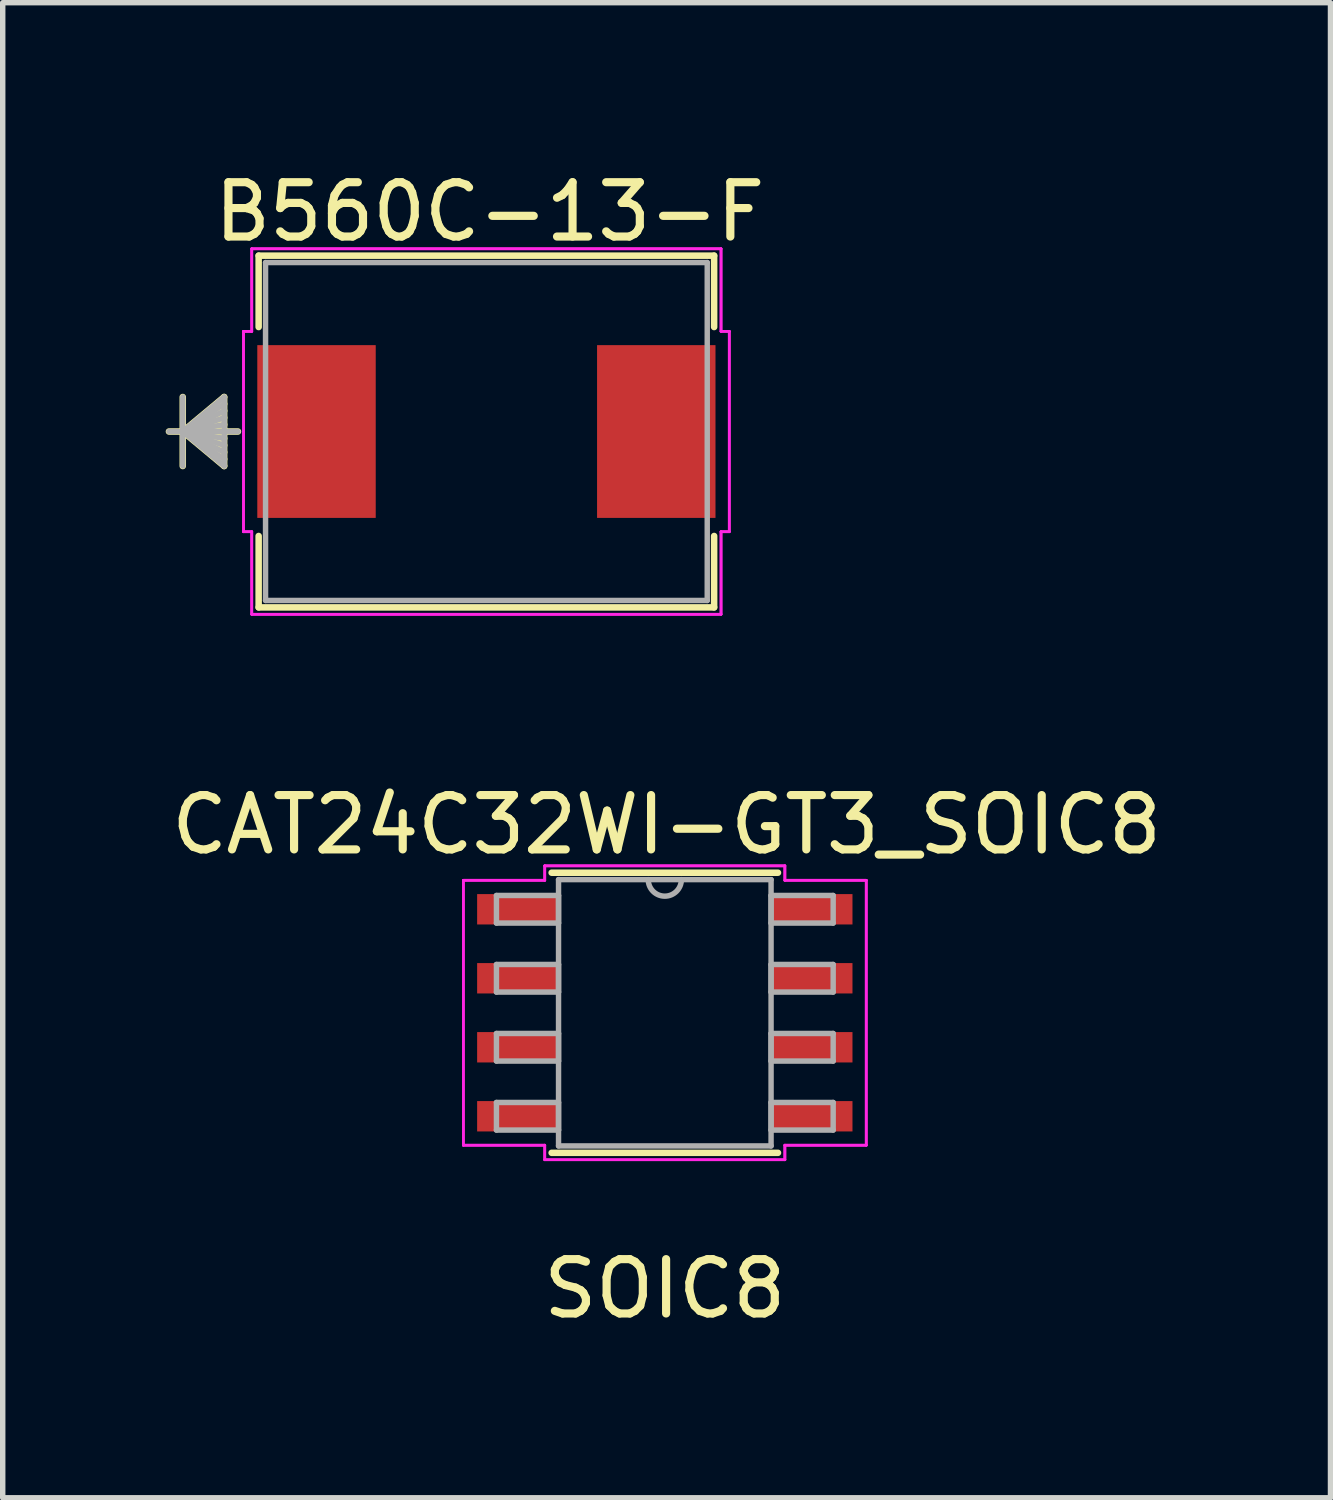
<source format=kicad_pcb>
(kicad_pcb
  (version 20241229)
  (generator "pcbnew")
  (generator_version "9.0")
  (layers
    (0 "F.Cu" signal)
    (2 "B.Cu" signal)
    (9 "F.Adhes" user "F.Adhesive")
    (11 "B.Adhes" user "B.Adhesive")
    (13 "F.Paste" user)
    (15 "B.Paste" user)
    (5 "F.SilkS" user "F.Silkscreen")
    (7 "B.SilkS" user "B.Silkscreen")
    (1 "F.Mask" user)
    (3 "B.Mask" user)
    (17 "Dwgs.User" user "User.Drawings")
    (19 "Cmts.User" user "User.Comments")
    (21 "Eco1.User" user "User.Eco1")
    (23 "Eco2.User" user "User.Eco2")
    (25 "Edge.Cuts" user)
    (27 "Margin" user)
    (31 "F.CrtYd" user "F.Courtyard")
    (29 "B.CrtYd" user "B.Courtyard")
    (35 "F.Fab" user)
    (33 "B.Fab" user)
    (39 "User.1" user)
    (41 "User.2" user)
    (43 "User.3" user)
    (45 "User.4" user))
  (footprint "B560C-13-F"
    (layer "F.Cu")
    (at 5.903 4.893)
    (property "Reference" "B560C-13-F" (at 0.062 -4.044 0) (layer "F.SilkS") (effects (font (size 1 1) (thickness 0.15))))
    (attr through_hole)
    (fp_line (start -5.589 -0.635) (end -5.589 0.635) (stroke (width 0.12) (type solid)) (layer "F.SilkS"))
    (fp_line (start -5.589 0) (end -4.827 -0.635) (stroke (width 0.12) (type solid)) (layer "F.SilkS"))
    (fp_line (start -5.589 0) (end -4.827 -0.508) (stroke (width 0.12) (type solid)) (layer "F.SilkS"))
    (fp_line (start -5.589 0) (end -4.827 -0.381) (stroke (width 0.12) (type solid)) (layer "F.SilkS"))
    (fp_line (start -5.589 0) (end -4.827 -0.254) (stroke (width 0.12) (type solid)) (layer "F.SilkS"))
    (fp_line (start -5.589 0) (end -4.827 -0.127) (stroke (width 0.12) (type solid)) (layer "F.SilkS"))
    (fp_line (start -5.589 0) (end -4.827 0.127) (stroke (width 0.12) (type solid)) (layer "F.SilkS"))
    (fp_line (start -5.589 0) (end -4.827 0.254) (stroke (width 0.12) (type solid)) (layer "F.SilkS"))
    (fp_line (start -5.589 0) (end -4.827 0.381) (stroke (width 0.12) (type solid)) (layer "F.SilkS"))
    (fp_line (start -5.589 0) (end -4.827 0.508) (stroke (width 0.12) (type solid)) (layer "F.SilkS"))
    (fp_line (start -5.589 0) (end -4.827 0.635) (stroke (width 0.12) (type solid)) (layer "F.SilkS"))
    (fp_line (start -4.827 -0.635) (end -4.827 0.635) (stroke (width 0.12) (type solid)) (layer "F.SilkS"))
    (fp_line (start -4.573 0) (end -5.843 0) (stroke (width 0.12) (type solid)) (layer "F.SilkS"))
    (fp_line (start -4.192 -3.237) (end -4.192 -1.923) (stroke (width 0.12) (type solid)) (layer "F.SilkS"))
    (fp_line (start -4.192 1.923) (end -4.192 3.237) (stroke (width 0.12) (type solid)) (layer "F.SilkS"))
    (fp_line (start -4.192 3.237) (end 4.192 3.237) (stroke (width 0.12) (type solid)) (layer "F.SilkS"))
    (fp_line (start 4.192 -3.237) (end -4.192 -3.237) (stroke (width 0.12) (type solid)) (layer "F.SilkS"))
    (fp_line (start 4.192 -1.923) (end 4.192 -3.237) (stroke (width 0.12) (type solid)) (layer "F.SilkS"))
    (fp_line (start 4.192 3.237) (end 4.192 1.923) (stroke (width 0.12) (type solid)) (layer "F.SilkS"))
    (fp_line (start -4.471 -1.844) (end -4.319 -1.844) (stroke (width 0.05) (type solid)) (layer "F.CrtYd"))
    (fp_line (start -4.471 -1.844) (end -4.319 -1.844) (stroke (width 0.05) (type solid)) (layer "F.CrtYd"))
    (fp_line (start -4.471 1.844) (end -4.471 -1.844) (stroke (width 0.05) (type solid)) (layer "F.CrtYd"))
    (fp_line (start -4.471 1.844) (end -4.471 -1.844) (stroke (width 0.05) (type solid)) (layer "F.CrtYd"))
    (fp_line (start -4.319 -3.364) (end 4.319 -3.364) (stroke (width 0.05) (type solid)) (layer "F.CrtYd"))
    (fp_line (start -4.319 -3.364) (end 4.319 -3.364) (stroke (width 0.05) (type solid)) (layer "F.CrtYd"))
    (fp_line (start -4.319 -1.844) (end -4.319 -3.364) (stroke (width 0.05) (type solid)) (layer "F.CrtYd"))
    (fp_line (start -4.319 -1.844) (end -4.319 -3.364) (stroke (width 0.05) (type solid)) (layer "F.CrtYd"))
    (fp_line (start -4.319 1.844) (end -4.471 1.844) (stroke (width 0.05) (type solid)) (layer "F.CrtYd"))
    (fp_line (start -4.319 1.844) (end -4.471 1.844) (stroke (width 0.05) (type solid)) (layer "F.CrtYd"))
    (fp_line (start -4.319 3.364) (end -4.319 1.844) (stroke (width 0.05) (type solid)) (layer "F.CrtYd"))
    (fp_line (start -4.319 3.364) (end -4.319 1.844) (stroke (width 0.05) (type solid)) (layer "F.CrtYd"))
    (fp_line (start 4.319 -3.364) (end 4.319 -1.844) (stroke (width 0.05) (type solid)) (layer "F.CrtYd"))
    (fp_line (start 4.319 -3.364) (end 4.319 -1.844) (stroke (width 0.05) (type solid)) (layer "F.CrtYd"))
    (fp_line (start 4.319 -1.844) (end 4.471 -1.844) (stroke (width 0.05) (type solid)) (layer "F.CrtYd"))
    (fp_line (start 4.319 -1.844) (end 4.471 -1.844) (stroke (width 0.05) (type solid)) (layer "F.CrtYd"))
    (fp_line (start 4.319 1.844) (end 4.319 3.364) (stroke (width 0.05) (type solid)) (layer "F.CrtYd"))
    (fp_line (start 4.319 1.844) (end 4.319 3.364) (stroke (width 0.05) (type solid)) (layer "F.CrtYd"))
    (fp_line (start 4.319 3.364) (end -4.319 3.364) (stroke (width 0.05) (type solid)) (layer "F.CrtYd"))
    (fp_line (start 4.319 3.364) (end -4.319 3.364) (stroke (width 0.05) (type solid)) (layer "F.CrtYd"))
    (fp_line (start 4.471 -1.844) (end 4.471 1.844) (stroke (width 0.05) (type solid)) (layer "F.CrtYd"))
    (fp_line (start 4.471 -1.844) (end 4.471 1.844) (stroke (width 0.05) (type solid)) (layer "F.CrtYd"))
    (fp_line (start 4.471 1.844) (end 4.319 1.844) (stroke (width 0.05) (type solid)) (layer "F.CrtYd"))
    (fp_line (start 4.471 1.844) (end 4.319 1.844) (stroke (width 0.05) (type solid)) (layer "F.CrtYd"))
    (fp_line (start -5.589 -0.635) (end -5.589 0.635) (stroke (width 0.1) (type solid)) (layer "F.Fab"))
    (fp_line (start -5.589 0) (end -4.827 -0.635) (stroke (width 0.1) (type solid)) (layer "F.Fab"))
    (fp_line (start -5.589 0) (end -4.827 -0.508) (stroke (width 0.1) (type solid)) (layer "F.Fab"))
    (fp_line (start -5.589 0) (end -4.827 -0.381) (stroke (width 0.1) (type solid)) (layer "F.Fab"))
    (fp_line (start -5.589 0) (end -4.827 -0.254) (stroke (width 0.1) (type solid)) (layer "F.Fab"))
    (fp_line (start -5.589 0) (end -4.827 -0.127) (stroke (width 0.1) (type solid)) (layer "F.Fab"))
    (fp_line (start -5.589 0) (end -4.827 0.127) (stroke (width 0.1) (type solid)) (layer "F.Fab"))
    (fp_line (start -5.589 0) (end -4.827 0.254) (stroke (width 0.1) (type solid)) (layer "F.Fab"))
    (fp_line (start -5.589 0) (end -4.827 0.381) (stroke (width 0.1) (type solid)) (layer "F.Fab"))
    (fp_line (start -5.589 0) (end -4.827 0.508) (stroke (width 0.1) (type solid)) (layer "F.Fab"))
    (fp_line (start -5.589 0) (end -4.827 0.635) (stroke (width 0.1) (type solid)) (layer "F.Fab"))
    (fp_line (start -4.827 -0.635) (end -4.827 0.635) (stroke (width 0.1) (type solid)) (layer "F.Fab"))
    (fp_line (start -4.573 0) (end -5.843 0) (stroke (width 0.1) (type solid)) (layer "F.Fab"))
    (fp_line (start -4.065 -3.11) (end -4.065 3.11) (stroke (width 0.1) (type solid)) (layer "F.Fab"))
    (fp_line (start -4.065 3.11) (end 4.065 3.11) (stroke (width 0.1) (type solid)) (layer "F.Fab"))
    (fp_line (start 4.065 -3.11) (end -4.065 -3.11) (stroke (width 0.1) (type solid)) (layer "F.Fab"))
    (fp_line (start 4.065 3.11) (end 4.065 -3.11) (stroke (width 0.1) (type solid)) (layer "F.Fab"))
    (pad "1" smd rect (at -3.127 0 90) (size 3.18 2.18) (layers "F.Cu" "F.Mask" "F.Paste"))
    (pad "2" smd rect (at 3.127 0 90) (size 3.18 2.18) (layers "F.Cu" "F.Mask" "F.Paste")))
  (footprint "CAT24C32WI-GT3_SOIC8"
    (layer "F.Cu")
    (at 9.187 15.592)
    (property "Reference" "CAT24C32WI-GT3_SOIC8" (at 0.033 -3.462 0) (layer "F.SilkS") (effects (font (size 1 1) (thickness 0.15))))
    (attr through_hole)
    (fp_line (start -2.083 2.578) (end 2.083 2.578) (stroke (width 0.12) (type solid)) (layer "F.SilkS"))
    (fp_line (start 2.083 -2.578) (end -2.083 -2.578) (stroke (width 0.12) (type solid)) (layer "F.SilkS"))
    (fp_line (start -3.708 -2.438) (end -2.21 -2.438) (stroke (width 0.05) (type solid)) (layer "F.CrtYd"))
    (fp_line (start -3.708 -2.438) (end -2.21 -2.438) (stroke (width 0.05) (type solid)) (layer "F.CrtYd"))
    (fp_line (start -3.708 2.438) (end -3.708 -2.438) (stroke (width 0.05) (type solid)) (layer "F.CrtYd"))
    (fp_line (start -3.708 2.438) (end -3.708 -2.438) (stroke (width 0.05) (type solid)) (layer "F.CrtYd"))
    (fp_line (start -3.708 2.438) (end -2.21 2.438) (stroke (width 0.05) (type solid)) (layer "F.CrtYd"))
    (fp_line (start -2.21 -2.705) (end 2.21 -2.705) (stroke (width 0.05) (type solid)) (layer "F.CrtYd"))
    (fp_line (start -2.21 -2.705) (end 2.21 -2.705) (stroke (width 0.05) (type solid)) (layer "F.CrtYd"))
    (fp_line (start -2.21 -2.438) (end -2.21 -2.705) (stroke (width 0.05) (type solid)) (layer "F.CrtYd"))
    (fp_line (start -2.21 -2.438) (end -2.21 -2.705) (stroke (width 0.05) (type solid)) (layer "F.CrtYd"))
    (fp_line (start -2.21 2.438) (end -3.708 2.438) (stroke (width 0.05) (type solid)) (layer "F.CrtYd"))
    (fp_line (start -2.21 2.705) (end -2.21 2.438) (stroke (width 0.05) (type solid)) (layer "F.CrtYd"))
    (fp_line (start -2.21 2.705) (end -2.21 2.438) (stroke (width 0.05) (type solid)) (layer "F.CrtYd"))
    (fp_line (start 2.21 -2.705) (end 2.21 -2.438) (stroke (width 0.05) (type solid)) (layer "F.CrtYd"))
    (fp_line (start 2.21 -2.705) (end 2.21 -2.438) (stroke (width 0.05) (type solid)) (layer "F.CrtYd"))
    (fp_line (start 2.21 -2.438) (end 3.708 -2.438) (stroke (width 0.05) (type solid)) (layer "F.CrtYd"))
    (fp_line (start 2.21 2.438) (end 2.21 2.705) (stroke (width 0.05) (type solid)) (layer "F.CrtYd"))
    (fp_line (start 2.21 2.438) (end 2.21 2.705) (stroke (width 0.05) (type solid)) (layer "F.CrtYd"))
    (fp_line (start 2.21 2.705) (end -2.21 2.705) (stroke (width 0.05) (type solid)) (layer "F.CrtYd"))
    (fp_line (start 2.21 2.705) (end -2.21 2.705) (stroke (width 0.05) (type solid)) (layer "F.CrtYd"))
    (fp_line (start 3.708 -2.438) (end 2.21 -2.438) (stroke (width 0.05) (type solid)) (layer "F.CrtYd"))
    (fp_line (start 3.708 -2.438) (end 3.708 2.438) (stroke (width 0.05) (type solid)) (layer "F.CrtYd"))
    (fp_line (start 3.708 -2.438) (end 3.708 2.438) (stroke (width 0.05) (type solid)) (layer "F.CrtYd"))
    (fp_line (start 3.708 2.438) (end 2.21 2.438) (stroke (width 0.05) (type solid)) (layer "F.CrtYd"))
    (fp_line (start 3.708 2.438) (end 2.21 2.438) (stroke (width 0.05) (type solid)) (layer "F.CrtYd"))
    (fp_line (start -3.099 -2.159) (end -3.099 -1.651) (stroke (width 0.1) (type solid)) (layer "F.Fab"))
    (fp_line (start -3.099 -1.651) (end -1.956 -1.651) (stroke (width 0.1) (type solid)) (layer "F.Fab"))
    (fp_line (start -3.099 -0.889) (end -3.099 -0.381) (stroke (width 0.1) (type solid)) (layer "F.Fab"))
    (fp_line (start -3.099 -0.381) (end -1.956 -0.381) (stroke (width 0.1) (type solid)) (layer "F.Fab"))
    (fp_line (start -3.099 0.381) (end -3.099 0.889) (stroke (width 0.1) (type solid)) (layer "F.Fab"))
    (fp_line (start -3.099 0.889) (end -1.956 0.889) (stroke (width 0.1) (type solid)) (layer "F.Fab"))
    (fp_line (start -3.099 1.651) (end -3.099 2.159) (stroke (width 0.1) (type solid)) (layer "F.Fab"))
    (fp_line (start -3.099 2.159) (end -1.956 2.159) (stroke (width 0.1) (type solid)) (layer "F.Fab"))
    (fp_line (start -1.956 -2.451) (end -1.956 2.451) (stroke (width 0.1) (type solid)) (layer "F.Fab"))
    (fp_line (start -1.956 -2.159) (end -3.099 -2.159) (stroke (width 0.1) (type solid)) (layer "F.Fab"))
    (fp_line (start -1.956 -1.651) (end -1.956 -2.159) (stroke (width 0.1) (type solid)) (layer "F.Fab"))
    (fp_line (start -1.956 -0.889) (end -3.099 -0.889) (stroke (width 0.1) (type solid)) (layer "F.Fab"))
    (fp_line (start -1.956 -0.381) (end -1.956 -0.889) (stroke (width 0.1) (type solid)) (layer "F.Fab"))
    (fp_line (start -1.956 0.381) (end -3.099 0.381) (stroke (width 0.1) (type solid)) (layer "F.Fab"))
    (fp_line (start -1.956 0.889) (end -1.956 0.381) (stroke (width 0.1) (type solid)) (layer "F.Fab"))
    (fp_line (start -1.956 1.651) (end -3.099 1.651) (stroke (width 0.1) (type solid)) (layer "F.Fab"))
    (fp_line (start -1.956 2.159) (end -1.956 1.651) (stroke (width 0.1) (type solid)) (layer "F.Fab"))
    (fp_line (start -1.956 2.451) (end 1.956 2.451) (stroke (width 0.1) (type solid)) (layer "F.Fab"))
    (fp_line (start 1.956 -2.451) (end -1.956 -2.451) (stroke (width 0.1) (type solid)) (layer "F.Fab"))
    (fp_line (start 1.956 -2.159) (end 1.956 -1.651) (stroke (width 0.1) (type solid)) (layer "F.Fab"))
    (fp_line (start 1.956 -1.651) (end 3.099 -1.651) (stroke (width 0.1) (type solid)) (layer "F.Fab"))
    (fp_line (start 1.956 -0.889) (end 1.956 -0.381) (stroke (width 0.1) (type solid)) (layer "F.Fab"))
    (fp_line (start 1.956 -0.381) (end 3.099 -0.381) (stroke (width 0.1) (type solid)) (layer "F.Fab"))
    (fp_line (start 1.956 0.381) (end 1.956 0.889) (stroke (width 0.1) (type solid)) (layer "F.Fab"))
    (fp_line (start 1.956 0.889) (end 3.099 0.889) (stroke (width 0.1) (type solid)) (layer "F.Fab"))
    (fp_line (start 1.956 1.651) (end 1.956 2.159) (stroke (width 0.1) (type solid)) (layer "F.Fab"))
    (fp_line (start 1.956 2.159) (end 3.099 2.159) (stroke (width 0.1) (type solid)) (layer "F.Fab"))
    (fp_line (start 1.956 2.451) (end 1.956 -2.451) (stroke (width 0.1) (type solid)) (layer "F.Fab"))
    (fp_line (start 3.099 -2.159) (end 1.956 -2.159) (stroke (width 0.1) (type solid)) (layer "F.Fab"))
    (fp_line (start 3.099 -1.651) (end 3.099 -2.159) (stroke (width 0.1) (type solid)) (layer "F.Fab"))
    (fp_line (start 3.099 -0.889) (end 1.956 -0.889) (stroke (width 0.1) (type solid)) (layer "F.Fab"))
    (fp_line (start 3.099 -0.381) (end 3.099 -0.889) (stroke (width 0.1) (type solid)) (layer "F.Fab"))
    (fp_line (start 3.099 0.381) (end 1.956 0.381) (stroke (width 0.1) (type solid)) (layer "F.Fab"))
    (fp_line (start 3.099 0.889) (end 3.099 0.381) (stroke (width 0.1) (type solid)) (layer "F.Fab"))
    (fp_line (start 3.099 1.651) (end 1.956 1.651) (stroke (width 0.1) (type solid)) (layer "F.Fab"))
    (fp_line (start 3.099 2.159) (end 3.099 1.651) (stroke (width 0.1) (type solid)) (layer "F.Fab"))
    (fp_arc (start 0.3048 -2.4511) (mid 0 -2.1463) (end -0.3048 -2.4511) (stroke (width 0.1) (type solid)) (layer "F.Fab"))
    (fp_text user "SOIC8" (at 0 5.08 0) (layer "F.SilkS") (effects (font (size 1 1) (thickness 0.15))))
    (pad "1" smd rect (at -2.705 -1.905) (size 1.499 0.559) (layers "F.Cu" "F.Mask" "F.Paste"))
    (pad "2" smd rect (at -2.705 -0.635) (size 1.499 0.559) (layers "F.Cu" "F.Mask" "F.Paste"))
    (pad "3" smd rect (at -2.705 0.635) (size 1.499 0.559) (layers "F.Cu" "F.Mask" "F.Paste"))
    (pad "4" smd rect (at -2.705 1.905) (size 1.499 0.559) (layers "F.Cu" "F.Mask" "F.Paste"))
    (pad "5" smd rect (at 2.705 1.905) (size 1.499 0.559) (layers "F.Cu" "F.Mask" "F.Paste"))
    (pad "6" smd rect (at 2.705 0.635) (size 1.499 0.559) (layers "F.Cu" "F.Mask" "F.Paste"))
    (pad "7" smd rect (at 2.705 -0.635) (size 1.499 0.559) (layers "F.Cu" "F.Mask" "F.Paste"))
    (pad "8" smd rect (at 2.705 -1.905) (size 1.499 0.559) (layers "F.Cu" "F.Mask" "F.Paste")))
  (gr_rect
    (start -3 -3)
    (end 21.44 24.52)
    (stroke (width 0.1) (type default))
    (fill no)
    (layer "Edge.Cuts")))
</source>
